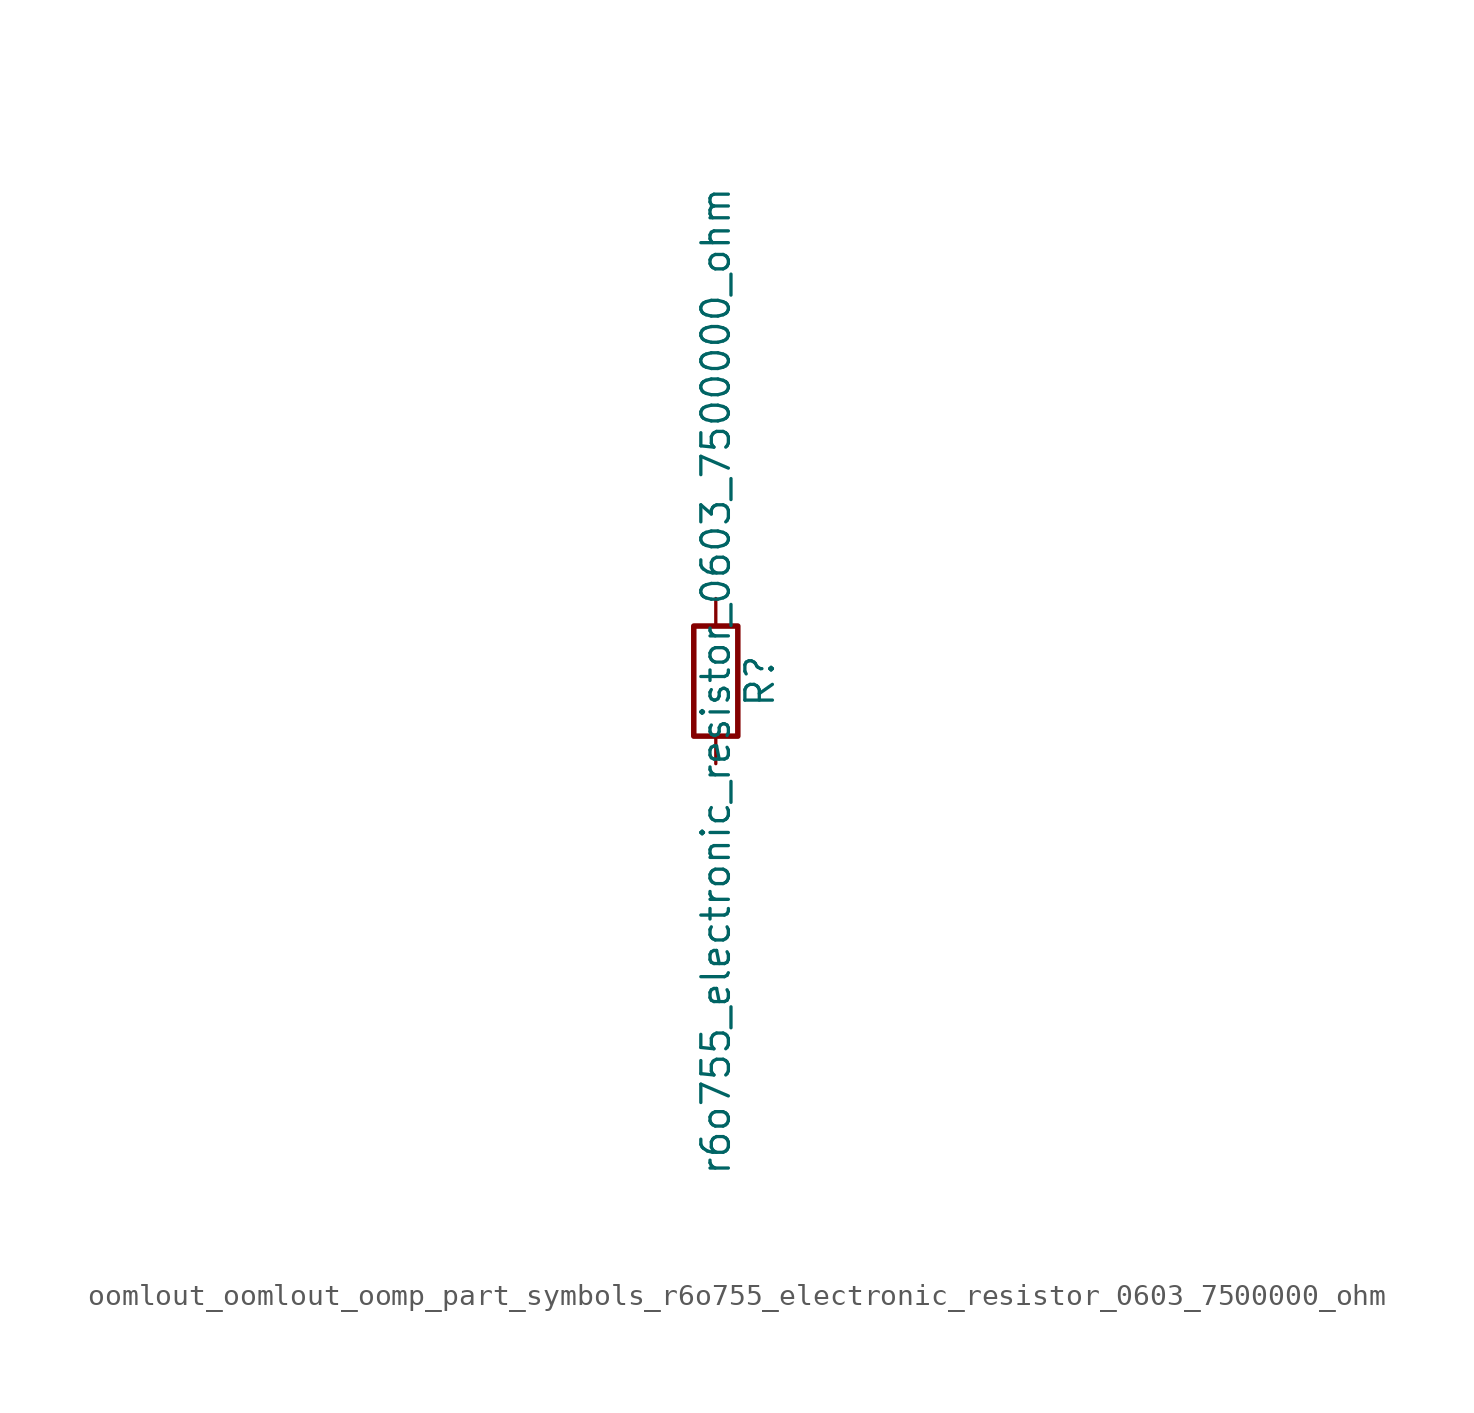
<source format=kicad_sym>
(kicad_symbol_lib
  (version 20220914)
  (generator kicad_symbol_editor)
  (symbol "oomlout_oomlout_oomp_part_symbols_r6o755_electronic_resistor_0603_7500000_ohm"
    (pin_numbers hide)
    (pin_names
      (offset 0))
    (property "Reference" "R"
      (at 2.032 0 90)
      (effects (font (size 1.27 1.27))))
    (property "Value" "r6o755_electronic_resistor_0603_7500000_ohm"
      (at 0 0 90)
      (effects (font (size 1.27 1.27))))
    (symbol "oomlout_oomlout_oomp_part_symbols_r6o755_electronic_resistor_0603_7500000_ohm_0_1"
      (rectangle (start -1.016 -2.54) (end 1.016 2.54) (stroke (width 0.254) (type default)) (fill (type none))))
    (symbol "oomlout_oomlout_oomp_part_symbols_r6o755_electronic_resistor_0603_7500000_ohm_1_1"
      (pin passive line (at 0 3.81 270) (length 1.27) (name "~" (effects (font (size 1.27 1.27)))) (number "1" (effects (font (size 1.27 1.27)))))
      (pin passive line (at 0 -3.81 90) (length 1.27) (name "~" (effects (font (size 1.27 1.27)))) (number "2" (effects (font (size 1.27 1.27))))))))
</source>
